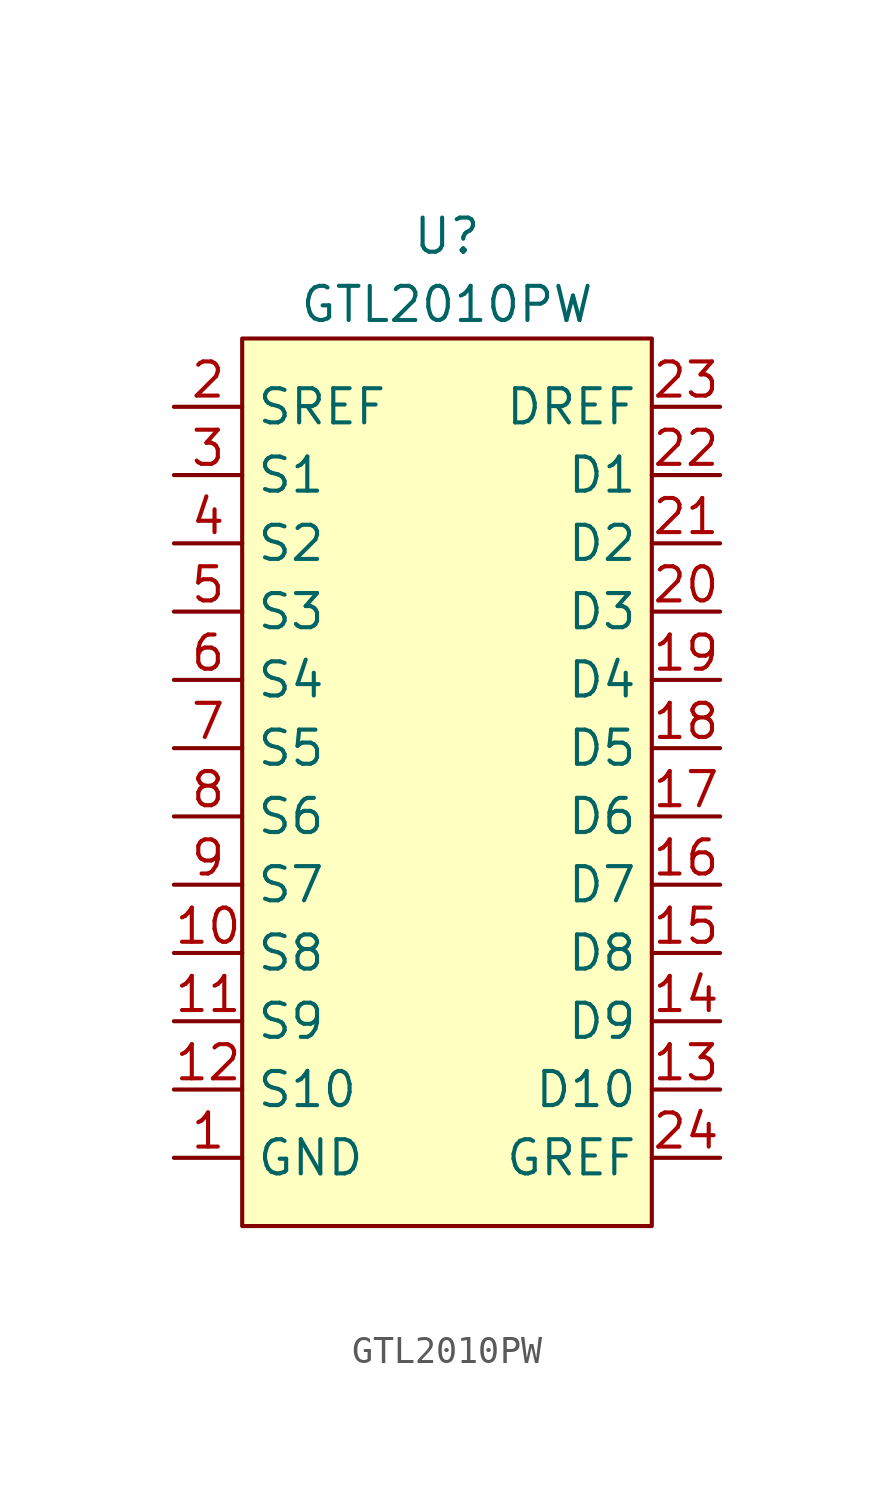
<source format=kicad_sym>
(kicad_symbol_lib
  (version 20211014)
  (generator kicad_symbol_editor)
  (symbol "GTL2010PW"
    (property "Reference" "U"
      (at 0 20.32 0)
      (effects (font (size 1.27 1.27))))
    (property "Value" "GTL2010PW"
      (at 0 17.78 0)
      (effects (font (size 1.27 1.27))))
    (symbol "GTL2010PW_0_0"
      (pin passive line (at -10.16 -13.97 0) (length 2.54) (name "GND" (effects (font (size 1.27 1.27)))) (number "1" (effects (font (size 1.27 1.27)))))
      (pin bidirectional line (at -10.16 -6.35 0) (length 2.54) (name "S8" (effects (font (size 1.27 1.27)))) (number "10" (effects (font (size 1.27 1.27)))))
      (pin bidirectional line (at -10.16 -8.89 0) (length 2.54) (name "S9" (effects (font (size 1.27 1.27)))) (number "11" (effects (font (size 1.27 1.27)))))
      (pin bidirectional line (at -10.16 -11.43 0) (length 2.54) (name "S10" (effects (font (size 1.27 1.27)))) (number "12" (effects (font (size 1.27 1.27)))))
      (pin bidirectional line (at 10.16 -11.43 180) (length 2.54) (name "D10" (effects (font (size 1.27 1.27)))) (number "13" (effects (font (size 1.27 1.27)))))
      (pin bidirectional line (at 10.16 -8.89 180) (length 2.54) (name "D9" (effects (font (size 1.27 1.27)))) (number "14" (effects (font (size 1.27 1.27)))))
      (pin bidirectional line (at 10.16 -6.35 180) (length 2.54) (name "D8" (effects (font (size 1.27 1.27)))) (number "15" (effects (font (size 1.27 1.27)))))
      (pin bidirectional line (at 10.16 -3.81 180) (length 2.54) (name "D7" (effects (font (size 1.27 1.27)))) (number "16" (effects (font (size 1.27 1.27)))))
      (pin bidirectional line (at 10.16 -1.27 180) (length 2.54) (name "D6" (effects (font (size 1.27 1.27)))) (number "17" (effects (font (size 1.27 1.27)))))
      (pin bidirectional line (at 10.16 1.27 180) (length 2.54) (name "D5" (effects (font (size 1.27 1.27)))) (number "18" (effects (font (size 1.27 1.27)))))
      (pin bidirectional line (at 10.16 3.81 180) (length 2.54) (name "D4" (effects (font (size 1.27 1.27)))) (number "19" (effects (font (size 1.27 1.27)))))
      (pin power_in line (at -10.16 13.97 0) (length 2.54) (name "SREF" (effects (font (size 1.27 1.27)))) (number "2" (effects (font (size 1.27 1.27)))))
      (pin bidirectional line (at 10.16 6.35 180) (length 2.54) (name "D3" (effects (font (size 1.27 1.27)))) (number "20" (effects (font (size 1.27 1.27)))))
      (pin bidirectional line (at 10.16 8.89 180) (length 2.54) (name "D2" (effects (font (size 1.27 1.27)))) (number "21" (effects (font (size 1.27 1.27)))))
      (pin bidirectional line (at 10.16 11.43 180) (length 2.54) (name "D1" (effects (font (size 1.27 1.27)))) (number "22" (effects (font (size 1.27 1.27)))))
      (pin power_in line (at 10.16 13.97 180) (length 2.54) (name "DREF" (effects (font (size 1.27 1.27)))) (number "23" (effects (font (size 1.27 1.27)))))
      (pin passive line (at 10.16 -13.97 180) (length 2.54) (name "GREF" (effects (font (size 1.27 1.27)))) (number "24" (effects (font (size 1.27 1.27)))))
      (pin bidirectional line (at -10.16 11.43 0) (length 2.54) (name "S1" (effects (font (size 1.27 1.27)))) (number "3" (effects (font (size 1.27 1.27)))))
      (pin bidirectional line (at -10.16 8.89 0) (length 2.54) (name "S2" (effects (font (size 1.27 1.27)))) (number "4" (effects (font (size 1.27 1.27)))))
      (pin bidirectional line (at -10.16 6.35 0) (length 2.54) (name "S3" (effects (font (size 1.27 1.27)))) (number "5" (effects (font (size 1.27 1.27)))))
      (pin bidirectional line (at -10.16 3.81 0) (length 2.54) (name "S4" (effects (font (size 1.27 1.27)))) (number "6" (effects (font (size 1.27 1.27)))))
      (pin bidirectional line (at -10.16 1.27 0) (length 2.54) (name "S5" (effects (font (size 1.27 1.27)))) (number "7" (effects (font (size 1.27 1.27)))))
      (pin bidirectional line (at -10.16 -1.27 0) (length 2.54) (name "S6" (effects (font (size 1.27 1.27)))) (number "8" (effects (font (size 1.27 1.27)))))
      (pin bidirectional line (at -10.16 -3.81 0) (length 2.54) (name "S7" (effects (font (size 1.27 1.27)))) (number "9" (effects (font (size 1.27 1.27))))))
    (symbol "GTL2010PW_0_1"
      (rectangle (start -7.62 16.51) (end 7.62 -16.51) (stroke (width 0) (type default) (color 0 0 0 0)) (fill (type background))))))
</source>
